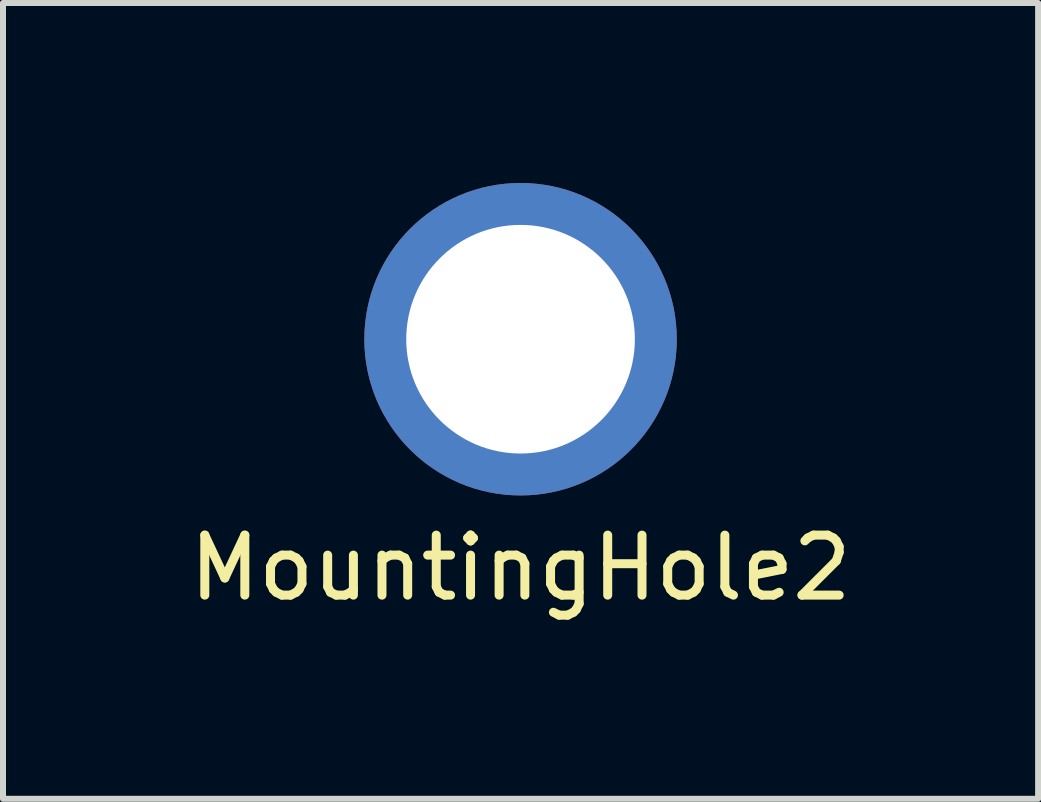
<source format=kicad_pcb>
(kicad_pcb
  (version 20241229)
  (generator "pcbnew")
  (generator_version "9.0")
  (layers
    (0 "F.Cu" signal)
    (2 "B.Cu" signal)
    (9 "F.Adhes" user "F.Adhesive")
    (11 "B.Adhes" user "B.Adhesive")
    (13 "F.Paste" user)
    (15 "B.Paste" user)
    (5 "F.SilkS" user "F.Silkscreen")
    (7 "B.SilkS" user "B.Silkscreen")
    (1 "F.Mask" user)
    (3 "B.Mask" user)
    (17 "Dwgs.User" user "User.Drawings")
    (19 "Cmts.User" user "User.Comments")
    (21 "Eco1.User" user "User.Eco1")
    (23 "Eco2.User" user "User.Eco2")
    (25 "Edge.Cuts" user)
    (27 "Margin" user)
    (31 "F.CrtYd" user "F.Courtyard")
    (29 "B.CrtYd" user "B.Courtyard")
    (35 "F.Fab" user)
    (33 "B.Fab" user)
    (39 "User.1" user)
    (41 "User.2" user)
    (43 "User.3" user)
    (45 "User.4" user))
  (footprint "MountingHole2"
    (layer "F.Cu")
    (at 5.625 2.603)
    (property "Reference" "MountingHole2" (at 0 3.81 0) (layer "F.SilkS") (effects (font (size 1 1) (thickness 0.15))))
    (attr through_hole)
    (pad "" np_thru_hole circle (at 0 0) (size 5.207 5.207) (drill 3.81) (layers "*.Cu")))
  (gr_rect
    (start -3 -3)
    (end 14.25 10.262)
    (stroke (width 0.1) (type default))
    (fill no)
    (layer "Edge.Cuts")))
</source>
